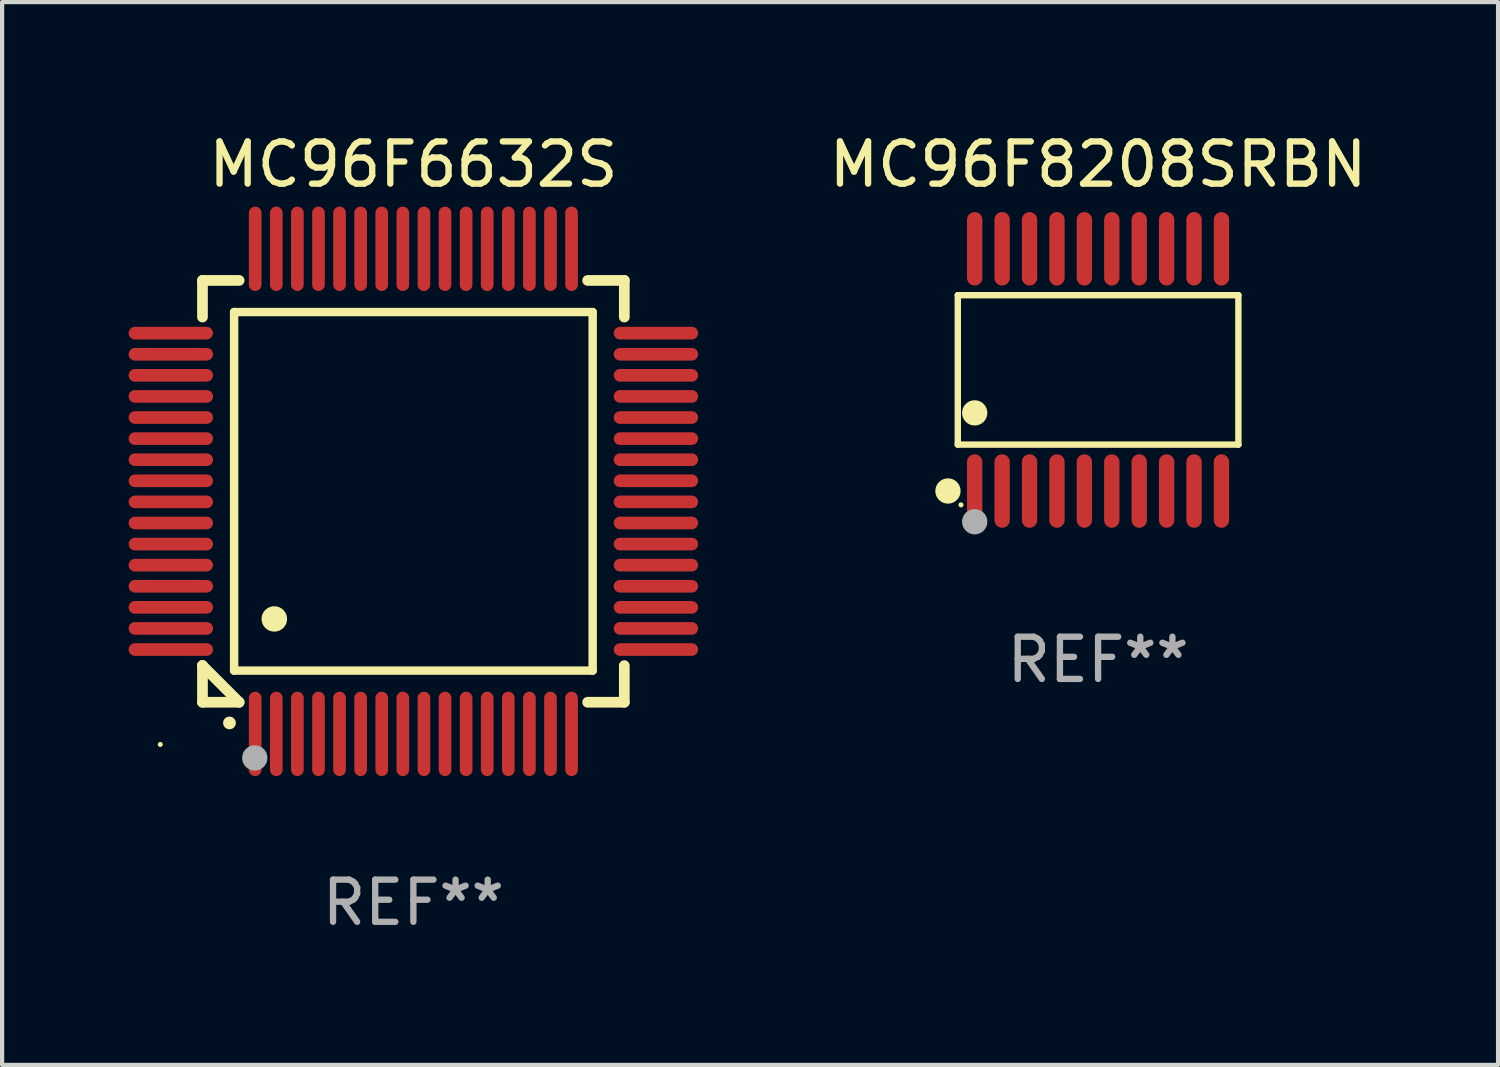
<source format=kicad_pcb>
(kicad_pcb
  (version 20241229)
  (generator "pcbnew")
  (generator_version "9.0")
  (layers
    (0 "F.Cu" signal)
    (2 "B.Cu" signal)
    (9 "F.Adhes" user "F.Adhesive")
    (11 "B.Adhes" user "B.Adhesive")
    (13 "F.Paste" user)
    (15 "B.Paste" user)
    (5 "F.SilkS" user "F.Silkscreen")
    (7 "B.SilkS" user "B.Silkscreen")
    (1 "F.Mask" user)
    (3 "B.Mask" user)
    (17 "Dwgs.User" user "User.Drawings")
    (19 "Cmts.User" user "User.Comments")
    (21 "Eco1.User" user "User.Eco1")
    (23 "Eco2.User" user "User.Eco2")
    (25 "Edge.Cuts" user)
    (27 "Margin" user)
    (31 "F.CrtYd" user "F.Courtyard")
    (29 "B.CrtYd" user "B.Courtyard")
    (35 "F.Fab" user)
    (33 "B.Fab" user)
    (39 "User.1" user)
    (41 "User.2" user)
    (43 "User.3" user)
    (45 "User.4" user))
  (footprint "MC96F8208SRBN"
    (layer "F.Cu")
    (at 22.982 5.719)
    (property "Reference" "MC96F8208SRBN" (at 0 -4.871 0) (layer "F.SilkS") (effects (font (size 1 1) (thickness 0.15))))
    (attr through_hole)
    (fp_line (start -3.326 -1.771) (end 3.326 -1.771) (stroke (width 0.152) (type solid)) (layer "F.SilkS"))
    (fp_line (start -3.326 1.771) (end -3.326 -1.771) (stroke (width 0.152) (type solid)) (layer "F.SilkS"))
    (fp_line (start 3.326 -1.771) (end 3.326 1.771) (stroke (width 0.152) (type solid)) (layer "F.SilkS"))
    (fp_line (start 3.326 1.771) (end -3.326 1.771) (stroke (width 0.152) (type solid)) (layer "F.SilkS"))
    (fp_circle (center -3.559 2.871) (end -3.409 2.871) (stroke (width 0.3) (type solid)) (fill no) (layer "F.SilkS"))
    (fp_circle (center -3.25 3.2) (end -3.22 3.2) (stroke (width 0.06) (type solid)) (fill no) (layer "F.SilkS"))
    (fp_circle (center -2.925 1.019) (end -2.775 1.019) (stroke (width 0.3) (type solid)) (fill no) (layer "F.SilkS"))
    (fp_circle (center -2.925 3.6) (end -2.775 3.6) (stroke (width 0.3) (type solid)) (fill no) (layer "F.Fab"))
    (fp_text user "REF**" (at 0 6.871 0) (layer "F.Fab") (effects (font (size 1 1) (thickness 0.15))))
    (pad "1" smd oval (at -2.925 2.871) (size 0.364 1.742) (layers "F.Cu" "F.Mask" "F.Paste"))
    (pad "2" smd oval (at -2.275 2.871) (size 0.364 1.742) (layers "F.Cu" "F.Mask" "F.Paste"))
    (pad "3" smd oval (at -1.625 2.871) (size 0.364 1.742) (layers "F.Cu" "F.Mask" "F.Paste"))
    (pad "4" smd oval (at -0.975 2.871) (size 0.364 1.742) (layers "F.Cu" "F.Mask" "F.Paste"))
    (pad "5" smd oval (at -0.325 2.871) (size 0.364 1.742) (layers "F.Cu" "F.Mask" "F.Paste"))
    (pad "6" smd oval (at 0.325 2.871) (size 0.364 1.742) (layers "F.Cu" "F.Mask" "F.Paste"))
    (pad "7" smd oval (at 0.975 2.871) (size 0.364 1.742) (layers "F.Cu" "F.Mask" "F.Paste"))
    (pad "8" smd oval (at 1.625 2.871) (size 0.364 1.742) (layers "F.Cu" "F.Mask" "F.Paste"))
    (pad "9" smd oval (at 2.275 2.871) (size 0.364 1.742) (layers "F.Cu" "F.Mask" "F.Paste"))
    (pad "10" smd oval (at 2.925 2.871) (size 0.364 1.742) (layers "F.Cu" "F.Mask" "F.Paste"))
    (pad "11" smd oval (at 2.925 -2.871) (size 0.364 1.742) (layers "F.Cu" "F.Mask" "F.Paste"))
    (pad "12" smd oval (at 2.275 -2.871) (size 0.364 1.742) (layers "F.Cu" "F.Mask" "F.Paste"))
    (pad "13" smd oval (at 1.625 -2.871) (size 0.364 1.742) (layers "F.Cu" "F.Mask" "F.Paste"))
    (pad "14" smd oval (at 0.975 -2.871) (size 0.364 1.742) (layers "F.Cu" "F.Mask" "F.Paste"))
    (pad "15" smd oval (at 0.325 -2.871) (size 0.364 1.742) (layers "F.Cu" "F.Mask" "F.Paste"))
    (pad "16" smd oval (at -0.325 -2.871) (size 0.364 1.742) (layers "F.Cu" "F.Mask" "F.Paste"))
    (pad "17" smd oval (at -0.975 -2.871) (size 0.364 1.742) (layers "F.Cu" "F.Mask" "F.Paste"))
    (pad "18" smd oval (at -1.625 -2.871) (size 0.364 1.742) (layers "F.Cu" "F.Mask" "F.Paste"))
    (pad "19" smd oval (at -2.275 -2.871) (size 0.364 1.742) (layers "F.Cu" "F.Mask" "F.Paste"))
    (pad "20" smd oval (at -2.925 -2.871) (size 0.364 1.742) (layers "F.Cu" "F.Mask" "F.Paste")))
  (footprint "MC96F6632S"
    (layer "F.Cu")
    (at 6.75 8.598)
    (property "Reference" "MC96F6632S" (at 0 -7.75 0) (layer "F.SilkS") (effects (font (size 1 1) (thickness 0.15))))
    (attr through_hole)
    (fp_line (start -5 -5) (end -4.131 -5) (stroke (width 0.254) (type solid)) (layer "F.SilkS"))
    (fp_line (start -5 -4.131) (end -5 -5) (stroke (width 0.254) (type solid)) (layer "F.SilkS"))
    (fp_line (start -5 4.131) (end -5 4.131) (stroke (width 0.254) (type solid)) (layer "F.SilkS"))
    (fp_line (start -5 5) (end -5 4.131) (stroke (width 0.254) (type solid)) (layer "F.SilkS"))
    (fp_line (start -5 4.131) (end -4.131 5) (stroke (width 0.254) (type solid)) (layer "F.SilkS"))
    (fp_line (start -4.25 -4.25) (end -4.25 4.25) (stroke (width 0.2) (type solid)) (layer "F.SilkS"))
    (fp_line (start -4.25 4.25) (end 4.25 4.25) (stroke (width 0.2) (type solid)) (layer "F.SilkS"))
    (fp_line (start -4.131 5) (end -5 5) (stroke (width 0.254) (type solid)) (layer "F.SilkS"))
    (fp_line (start 4.25 -4.25) (end -4.25 -4.25) (stroke (width 0.2) (type solid)) (layer "F.SilkS"))
    (fp_line (start 4.25 4.25) (end 4.25 -4.25) (stroke (width 0.2) (type solid)) (layer "F.SilkS"))
    (fp_line (start 5 -5) (end 4.131 -5) (stroke (width 0.254) (type solid)) (layer "F.SilkS"))
    (fp_line (start 5 -5) (end 5 -4.131) (stroke (width 0.254) (type solid)) (layer "F.SilkS"))
    (fp_line (start 5 4.131) (end 5 5) (stroke (width 0.254) (type solid)) (layer "F.SilkS"))
    (fp_line (start 5 5) (end 4.131 5) (stroke (width 0.254) (type solid)) (layer "F.SilkS"))
    (fp_arc (start -4.361265 5.489992) (mid -4.359995 5.489987) (end -4.358725 5.489992) (stroke (width 0.3) (type solid)) (layer "F.SilkS"))
    (fp_arc (start -3.299467 3.025146) (mid -3.296927 3.025135) (end -3.294387 3.025146) (stroke (width 0.6) (type solid)) (layer "F.SilkS"))
    (fp_circle (center -6 6) (end -5.97 6) (stroke (width 0.06) (type solid)) (fill no) (layer "F.SilkS"))
    (fp_circle (center -3.76 6.32) (end -3.61 6.32) (stroke (width 0.3) (type solid)) (fill no) (layer "F.Fab"))
    (fp_text user "REF**" (at 0 9.75 0) (layer "F.Fab") (effects (font (size 1 1) (thickness 0.15))))
    (pad "1" smd oval (at -3.75 5.75) (size 0.3 2) (layers "F.Cu" "F.Mask" "F.Paste"))
    (pad "2" smd oval (at -3.25 5.75) (size 0.3 2) (layers "F.Cu" "F.Mask" "F.Paste"))
    (pad "3" smd oval (at -2.75 5.75) (size 0.3 2) (layers "F.Cu" "F.Mask" "F.Paste"))
    (pad "4" smd oval (at -2.25 5.75) (size 0.3 2) (layers "F.Cu" "F.Mask" "F.Paste"))
    (pad "5" smd oval (at -1.75 5.75) (size 0.3 2) (layers "F.Cu" "F.Mask" "F.Paste"))
    (pad "6" smd oval (at -1.25 5.75) (size 0.3 2) (layers "F.Cu" "F.Mask" "F.Paste"))
    (pad "7" smd oval (at -0.75 5.75) (size 0.3 2) (layers "F.Cu" "F.Mask" "F.Paste"))
    (pad "8" smd oval (at -0.25 5.75) (size 0.3 2) (layers "F.Cu" "F.Mask" "F.Paste"))
    (pad "9" smd oval (at 0.25 5.75) (size 0.3 2) (layers "F.Cu" "F.Mask" "F.Paste"))
    (pad "10" smd oval (at 0.75 5.75) (size 0.3 2) (layers "F.Cu" "F.Mask" "F.Paste"))
    (pad "11" smd oval (at 1.25 5.75) (size 0.3 2) (layers "F.Cu" "F.Mask" "F.Paste"))
    (pad "12" smd oval (at 1.75 5.75) (size 0.3 2) (layers "F.Cu" "F.Mask" "F.Paste"))
    (pad "13" smd oval (at 2.25 5.75) (size 0.3 2) (layers "F.Cu" "F.Mask" "F.Paste"))
    (pad "14" smd oval (at 2.75 5.75) (size 0.3 2) (layers "F.Cu" "F.Mask" "F.Paste"))
    (pad "15" smd oval (at 3.25 5.75) (size 0.3 2) (layers "F.Cu" "F.Mask" "F.Paste"))
    (pad "16" smd oval (at 3.75 5.75) (size 0.3 2) (layers "F.Cu" "F.Mask" "F.Paste"))
    (pad "17" smd oval (at 5.75 3.75) (size 2 0.3) (layers "F.Cu" "F.Mask" "F.Paste"))
    (pad "18" smd oval (at 5.75 3.25) (size 2 0.3) (layers "F.Cu" "F.Mask" "F.Paste"))
    (pad "19" smd oval (at 5.75 2.75) (size 2 0.3) (layers "F.Cu" "F.Mask" "F.Paste"))
    (pad "20" smd oval (at 5.75 2.25) (size 2 0.3) (layers "F.Cu" "F.Mask" "F.Paste"))
    (pad "21" smd oval (at 5.75 1.75) (size 2 0.3) (layers "F.Cu" "F.Mask" "F.Paste"))
    (pad "22" smd oval (at 5.75 1.25) (size 2 0.3) (layers "F.Cu" "F.Mask" "F.Paste"))
    (pad "23" smd oval (at 5.75 0.75) (size 2 0.3) (layers "F.Cu" "F.Mask" "F.Paste"))
    (pad "24" smd oval (at 5.75 0.25) (size 2 0.3) (layers "F.Cu" "F.Mask" "F.Paste"))
    (pad "25" smd oval (at 5.75 -0.25) (size 2 0.3) (layers "F.Cu" "F.Mask" "F.Paste"))
    (pad "26" smd oval (at 5.75 -0.75) (size 2 0.3) (layers "F.Cu" "F.Mask" "F.Paste"))
    (pad "27" smd oval (at 5.75 -1.25) (size 2 0.3) (layers "F.Cu" "F.Mask" "F.Paste"))
    (pad "28" smd oval (at 5.75 -1.75) (size 2 0.3) (layers "F.Cu" "F.Mask" "F.Paste"))
    (pad "29" smd oval (at 5.75 -2.25) (size 2 0.3) (layers "F.Cu" "F.Mask" "F.Paste"))
    (pad "30" smd oval (at 5.75 -2.75) (size 2 0.3) (layers "F.Cu" "F.Mask" "F.Paste"))
    (pad "31" smd oval (at 5.75 -3.25) (size 2 0.3) (layers "F.Cu" "F.Mask" "F.Paste"))
    (pad "32" smd oval (at 5.75 -3.75) (size 2 0.3) (layers "F.Cu" "F.Mask" "F.Paste"))
    (pad "33" smd oval (at 3.75 -5.75) (size 0.3 2) (layers "F.Cu" "F.Mask" "F.Paste"))
    (pad "34" smd oval (at 3.25 -5.75) (size 0.3 2) (layers "F.Cu" "F.Mask" "F.Paste"))
    (pad "35" smd oval (at 2.75 -5.75) (size 0.3 2) (layers "F.Cu" "F.Mask" "F.Paste"))
    (pad "36" smd oval (at 2.25 -5.75) (size 0.3 2) (layers "F.Cu" "F.Mask" "F.Paste"))
    (pad "37" smd oval (at 1.75 -5.75) (size 0.3 2) (layers "F.Cu" "F.Mask" "F.Paste"))
    (pad "38" smd oval (at 1.25 -5.75) (size 0.3 2) (layers "F.Cu" "F.Mask" "F.Paste"))
    (pad "39" smd oval (at 0.75 -5.75) (size 0.3 2) (layers "F.Cu" "F.Mask" "F.Paste"))
    (pad "40" smd oval (at 0.25 -5.75) (size 0.3 2) (layers "F.Cu" "F.Mask" "F.Paste"))
    (pad "41" smd oval (at -0.25 -5.75) (size 0.3 2) (layers "F.Cu" "F.Mask" "F.Paste"))
    (pad "42" smd oval (at -0.75 -5.75) (size 0.3 2) (layers "F.Cu" "F.Mask" "F.Paste"))
    (pad "43" smd oval (at -1.25 -5.75) (size 0.3 2) (layers "F.Cu" "F.Mask" "F.Paste"))
    (pad "44" smd oval (at -1.75 -5.75) (size 0.3 2) (layers "F.Cu" "F.Mask" "F.Paste"))
    (pad "45" smd oval (at -2.25 -5.75) (size 0.3 2) (layers "F.Cu" "F.Mask" "F.Paste"))
    (pad "46" smd oval (at -2.75 -5.75) (size 0.3 2) (layers "F.Cu" "F.Mask" "F.Paste"))
    (pad "47" smd oval (at -3.25 -5.75) (size 0.3 2) (layers "F.Cu" "F.Mask" "F.Paste"))
    (pad "48" smd oval (at -3.75 -5.75) (size 0.3 2) (layers "F.Cu" "F.Mask" "F.Paste"))
    (pad "49" smd oval (at -5.75 -3.75) (size 2 0.3) (layers "F.Cu" "F.Mask" "F.Paste"))
    (pad "50" smd oval (at -5.75 -3.25) (size 2 0.3) (layers "F.Cu" "F.Mask" "F.Paste"))
    (pad "51" smd oval (at -5.75 -2.75) (size 2 0.3) (layers "F.Cu" "F.Mask" "F.Paste"))
    (pad "52" smd oval (at -5.75 -2.25) (size 2 0.3) (layers "F.Cu" "F.Mask" "F.Paste"))
    (pad "53" smd oval (at -5.75 -1.75) (size 2 0.3) (layers "F.Cu" "F.Mask" "F.Paste"))
    (pad "54" smd oval (at -5.75 -1.25) (size 2 0.3) (layers "F.Cu" "F.Mask" "F.Paste"))
    (pad "55" smd oval (at -5.75 -0.75) (size 2 0.3) (layers "F.Cu" "F.Mask" "F.Paste"))
    (pad "56" smd oval (at -5.75 -0.25) (size 2 0.3) (layers "F.Cu" "F.Mask" "F.Paste"))
    (pad "57" smd oval (at -5.75 0.25) (size 2 0.3) (layers "F.Cu" "F.Mask" "F.Paste"))
    (pad "58" smd oval (at -5.75 0.75) (size 2 0.3) (layers "F.Cu" "F.Mask" "F.Paste"))
    (pad "59" smd oval (at -5.75 1.25) (size 2 0.3) (layers "F.Cu" "F.Mask" "F.Paste"))
    (pad "60" smd oval (at -5.75 1.75) (size 2 0.3) (layers "F.Cu" "F.Mask" "F.Paste"))
    (pad "61" smd oval (at -5.75 2.25) (size 2 0.3) (layers "F.Cu" "F.Mask" "F.Paste"))
    (pad "62" smd oval (at -5.75 2.75) (size 2 0.3) (layers "F.Cu" "F.Mask" "F.Paste"))
    (pad "63" smd oval (at -5.75 3.25) (size 2 0.3) (layers "F.Cu" "F.Mask" "F.Paste"))
    (pad "64" smd oval (at -5.75 3.75) (size 2 0.3) (layers "F.Cu" "F.Mask" "F.Paste")))
  (gr_rect
    (start -3 -3)
    (end 32.464 22.196)
    (stroke (width 0.1) (type default))
    (fill no)
    (layer "Edge.Cuts")))
</source>
